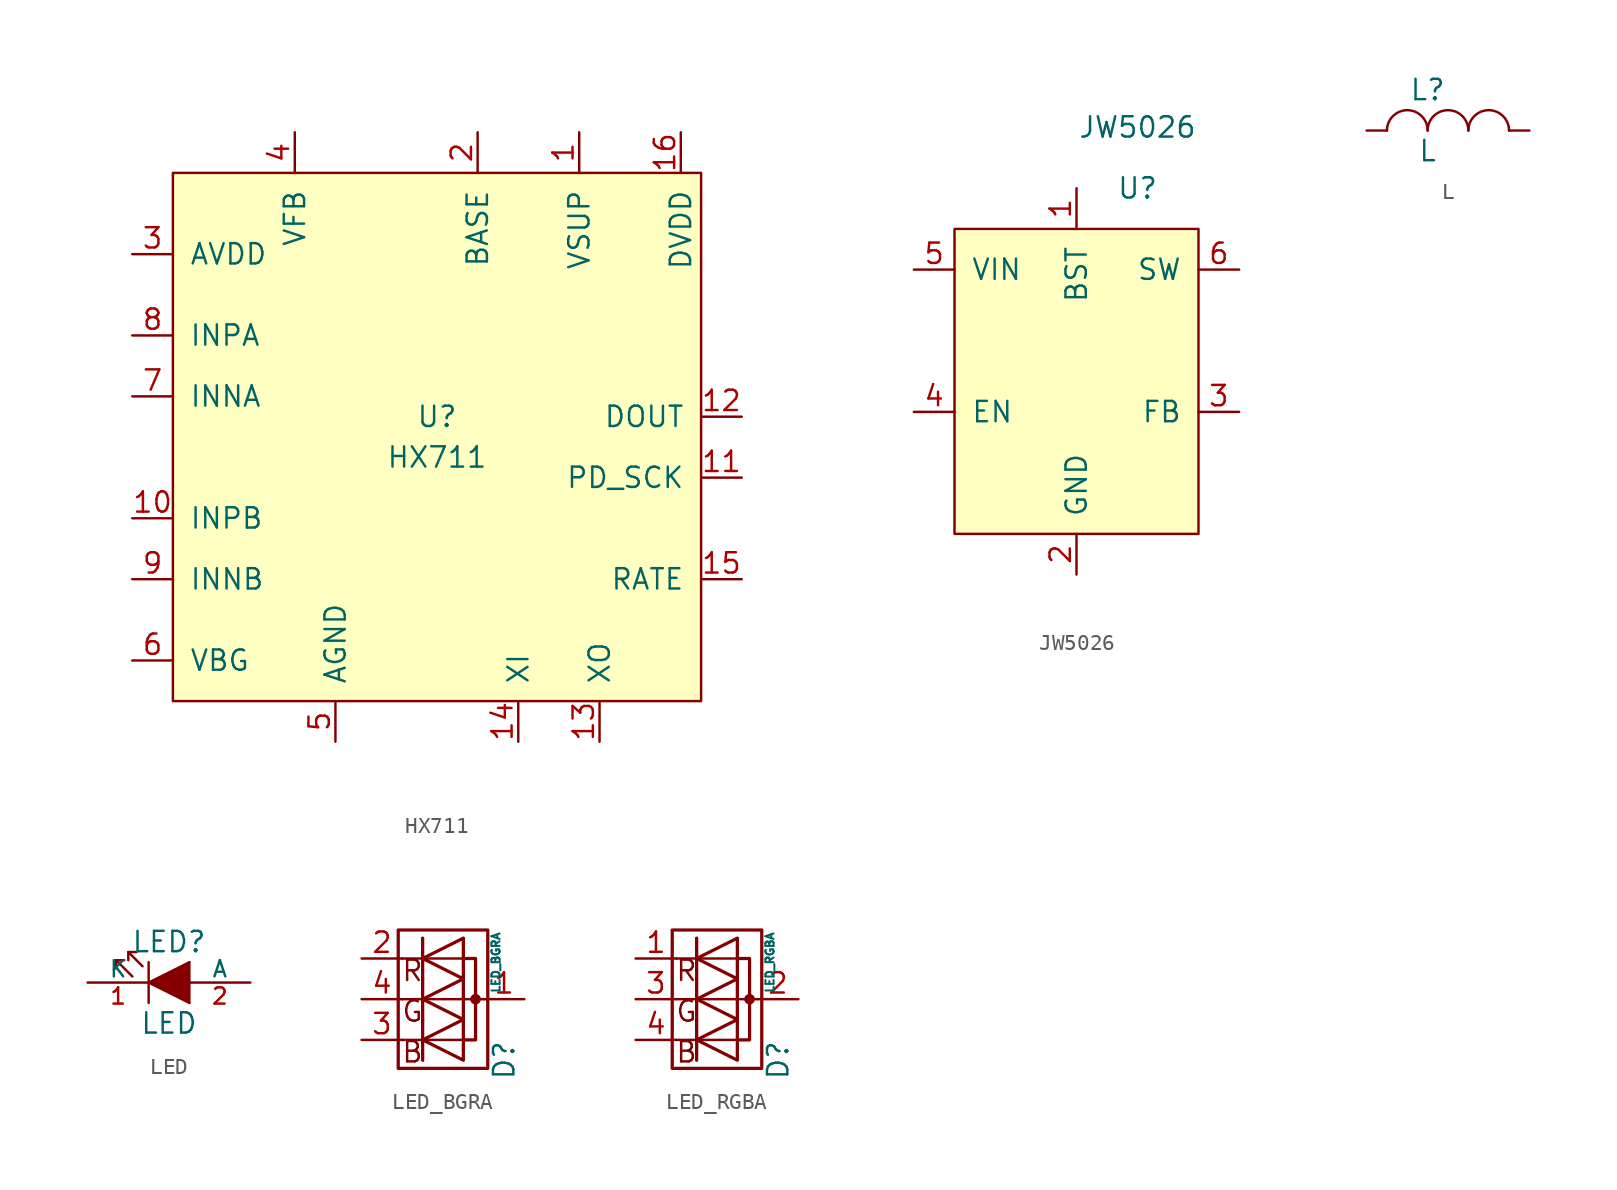
<source format=kicad_sym>
(kicad_symbol_lib
  (version 20211014)
  (generator kicad_symbol_editor)
  (symbol "HX711"
    (pin_names
      (offset 1.016))
    (property "Reference" "U"
      (at 0 1.27 0)
      (effects (font (size 1.27 1.27))))
    (property "Value" "HX711"
      (at 0 -1.27 0)
      (effects (font (size 1.27 1.27))))
    (symbol "HX711_0_1"
      (rectangle (start -16.51 16.51) (end 16.51 -16.51) (stroke (width 0) (type default) (color 0 0 0 0)) (fill (type background))))
    (symbol "HX711_1_1"
      (pin input line (at 8.89 19.05 270) (length 2.54) (name "VSUP" (effects (font (size 1.27 1.27)))) (number "1" (effects (font (size 1.27 1.27)))))
      (pin input line (at -19.05 -5.08 0) (length 2.54) (name "INPB" (effects (font (size 1.27 1.27)))) (number "10" (effects (font (size 1.27 1.27)))))
      (pin input line (at 19.05 -2.54 180) (length 2.54) (name "PD_SCK" (effects (font (size 1.27 1.27)))) (number "11" (effects (font (size 1.27 1.27)))))
      (pin input line (at 19.05 1.27 180) (length 2.54) (name "DOUT" (effects (font (size 1.27 1.27)))) (number "12" (effects (font (size 1.27 1.27)))))
      (pin input line (at 10.16 -19.05 90) (length 2.54) (name "XO" (effects (font (size 1.27 1.27)))) (number "13" (effects (font (size 1.27 1.27)))))
      (pin input line (at 5.08 -19.05 90) (length 2.54) (name "XI" (effects (font (size 1.27 1.27)))) (number "14" (effects (font (size 1.27 1.27)))))
      (pin input line (at 19.05 -8.89 180) (length 2.54) (name "RATE" (effects (font (size 1.27 1.27)))) (number "15" (effects (font (size 1.27 1.27)))))
      (pin input line (at 15.24 19.05 270) (length 2.54) (name "DVDD" (effects (font (size 1.27 1.27)))) (number "16" (effects (font (size 1.27 1.27)))))
      (pin input line (at 2.54 19.05 270) (length 2.54) (name "BASE" (effects (font (size 1.27 1.27)))) (number "2" (effects (font (size 1.27 1.27)))))
      (pin input line (at -19.05 11.43 0) (length 2.54) (name "AVDD" (effects (font (size 1.27 1.27)))) (number "3" (effects (font (size 1.27 1.27)))))
      (pin input line (at -8.89 19.05 270) (length 2.54) (name "VFB" (effects (font (size 1.27 1.27)))) (number "4" (effects (font (size 1.27 1.27)))))
      (pin input line (at -6.35 -19.05 90) (length 2.54) (name "AGND" (effects (font (size 1.27 1.27)))) (number "5" (effects (font (size 1.27 1.27)))))
      (pin input line (at -19.05 -13.97 0) (length 2.54) (name "VBG" (effects (font (size 1.27 1.27)))) (number "6" (effects (font (size 1.27 1.27)))))
      (pin input line (at -19.05 2.54 0) (length 2.54) (name "INNA" (effects (font (size 1.27 1.27)))) (number "7" (effects (font (size 1.27 1.27)))))
      (pin input line (at -19.05 6.35 0) (length 2.54) (name "INPA" (effects (font (size 1.27 1.27)))) (number "8" (effects (font (size 1.27 1.27)))))
      (pin input line (at -19.05 -8.89 0) (length 2.54) (name "INNB" (effects (font (size 1.27 1.27)))) (number "9" (effects (font (size 1.27 1.27)))))))
  (symbol "JW5026"
    (pin_names
      (offset 1.016))
    (property "Reference" "U"
      (at 3.81 11.43 0)
      (effects (font (size 1.27 1.27))))
    (property "Value" "JW5026"
      (at 3.81 15.24 0)
      (effects (font (size 1.27 1.27))))
    (symbol "JW5026_0_1"
      (rectangle (start -7.62 8.89) (end 7.62 -10.16) (stroke (width 0) (type default) (color 0 0 0 0)) (fill (type background))))
    (symbol "JW5026_1_1"
      (pin input line (at 0 11.43 270) (length 2.54) (name "BST" (effects (font (size 1.27 1.27)))) (number "1" (effects (font (size 1.27 1.27)))))
      (pin input line (at 0 -12.7 90) (length 2.54) (name "GND" (effects (font (size 1.27 1.27)))) (number "2" (effects (font (size 1.27 1.27)))))
      (pin input line (at 10.16 -2.54 180) (length 2.54) (name "FB" (effects (font (size 1.27 1.27)))) (number "3" (effects (font (size 1.27 1.27)))))
      (pin input line (at -10.16 -2.54 0) (length 2.54) (name "EN" (effects (font (size 1.27 1.27)))) (number "4" (effects (font (size 1.27 1.27)))))
      (pin input line (at -10.16 6.35 0) (length 2.54) (name "VIN" (effects (font (size 1.27 1.27)))) (number "5" (effects (font (size 1.27 1.27)))))
      (pin input line (at 10.16 6.35 180) (length 2.54) (name "SW" (effects (font (size 1.27 1.27)))) (number "6" (effects (font (size 1.27 1.27)))))))
  (symbol "L"
    (pin_numbers hide)
    (pin_names
      (offset 0) hide)
    (property "Reference" "L"
      (at -1.27 2.54 0)
      (effects (font (size 1.27 1.27))))
    (property "Value" "L"
      (at -1.27 -1.27 0)
      (effects (font (size 1.27 1.27))))
    (property "Footprint" ""
      (at -1.27 0 0)
      (effects (font (size 1.524 1.524))))
    (property "Datasheet" ""
      (at -1.27 0 0)
      (effects (font (size 1.524 1.524))))
    (symbol "L_0_1"
      (arc (start -1.27 0) (mid -2.54 1.27) (end -3.81 0) (stroke (width 0) (type default) (color 0 0 0 0)) (fill (type none)))
      (arc (start 1.27 0) (mid 0 1.27) (end -1.27 0) (stroke (width 0) (type default) (color 0 0 0 0)) (fill (type none)))
      (arc (start 3.81 0) (mid 2.54 1.27) (end 1.27 0) (stroke (width 0) (type default) (color 0 0 0 0)) (fill (type none))))
    (symbol "L_1_1"
      (pin passive line (at -5.08 0 0) (length 1.27) (name "1" (effects (font (size 0.762 0.762)))) (number "1" (effects (font (size 0.762 0.762)))))
      (pin passive line (at 5.08 0 180) (length 1.27) (name "2" (effects (font (size 0.762 0.762)))) (number "2" (effects (font (size 0.762 0.762)))))))
  (symbol "LED"
    (pin_names
      (offset 0))
    (property "Reference" "LED"
      (at 0 2.54 0)
      (effects (font (size 1.27 1.27))))
    (property "Value" "LED"
      (at 0 -2.54 0)
      (effects (font (size 1.27 1.27))))
    (property "Footprint" ""
      (at 0 0 0)
      (effects (font (size 1.524 1.524))))
    (property "Datasheet" ""
      (at 0 0 0)
      (effects (font (size 1.524 1.524))))
    (symbol "LED_0_1"
      (polyline (pts (xy -3.302 1.397) (xy -3.302 0.889)) (stroke (width 0) (type default) (color 0 0 0 0)) (fill (type none)))
      (polyline (pts (xy -2.54 1.905) (xy -2.032 1.905)) (stroke (width 0) (type default) (color 0 0 0 0)) (fill (type none)))
      (polyline (pts (xy -1.27 -1.27) (xy -1.27 1.27)) (stroke (width 0) (type default) (color 0 0 0 0)) (fill (type none)))
      (polyline (pts (xy -2.286 0.381) (xy -3.302 1.397) (xy -2.794 1.397)) (stroke (width 0) (type default) (color 0 0 0 0)) (fill (type none)))
      (polyline (pts (xy -1.651 1.016) (xy -2.54 1.905) (xy -2.54 1.397)) (stroke (width 0) (type default) (color 0 0 0 0)) (fill (type none)))
      (polyline (pts (xy 1.27 -1.27) (xy -1.27 0) (xy 1.27 1.27)) (stroke (width 0) (type default) (color 0 0 0 0)) (fill (type outline)))
      (rectangle (start 1.27 1.27) (end 1.27 -1.27) (stroke (width 0) (type default) (color 0 0 0 0)) (fill (type none))))
    (symbol "LED_1_1"
      (pin passive line (at -5.08 0 0) (length 3.81) (name "K" (effects (font (size 1.016 1.016)))) (number "1" (effects (font (size 1.016 1.016)))))
      (pin passive line (at 5.08 0 180) (length 3.81) (name "A" (effects (font (size 1.016 1.016)))) (number "2" (effects (font (size 1.016 1.016)))))))
  (symbol "LED_BGRA"
    (pin_names
      (offset 0) hide)
    (property "Reference" "D"
      (at 3.81 -3.81 90)
      (effects (font (size 1.27 1.27))))
    (property "Value" "LED_BGRA"
      (at 3.302 2.286 90)
      (effects (font (size 0.508 0.508))))
    (symbol "LED_BGRA_0_0"
      (text "B" (at -1.905 -3.302 0) (effects (font (size 1.27 1.27))))
      (text "G" (at -1.905 -0.762 0) (effects (font (size 1.27 1.27))))
      (text "R" (at -1.905 1.778 0) (effects (font (size 1.27 1.27)))))
    (symbol "LED_BGRA_0_1"
      (rectangle (start -2.794 4.318) (end 2.794 -4.318) (stroke (width 0.203) (type default) (color 0 0 0 0)) (fill (type none)))
      (polyline (pts (xy -1.27 -2.54) (xy -2.54 -2.54)) (stroke (width 0) (type default) (color 0 0 0 0)) (fill (type none)))
      (polyline (pts (xy -1.27 -2.54) (xy 1.27 -2.54)) (stroke (width 0) (type default) (color 0 0 0 0)) (fill (type none)))
      (polyline (pts (xy -1.27 -1.27) (xy -1.27 -3.81)) (stroke (width 0) (type default) (color 0 0 0 0)) (fill (type none)))
      (polyline (pts (xy -1.27 -1.27) (xy -1.27 -3.81)) (stroke (width 0.203) (type default) (color 0 0 0 0)) (fill (type none)))
      (polyline (pts (xy -1.27 0) (xy -2.54 0)) (stroke (width 0) (type default) (color 0 0 0 0)) (fill (type none)))
      (polyline (pts (xy -1.27 0) (xy 1.27 0)) (stroke (width 0) (type default) (color 0 0 0 0)) (fill (type none)))
      (polyline (pts (xy -1.27 1.27) (xy -1.27 -1.27)) (stroke (width 0.203) (type default) (color 0 0 0 0)) (fill (type none)))
      (polyline (pts (xy -1.27 2.54) (xy -2.54 2.54)) (stroke (width 0) (type default) (color 0 0 0 0)) (fill (type none)))
      (polyline (pts (xy -1.27 3.81) (xy -1.27 1.27)) (stroke (width 0.203) (type default) (color 0 0 0 0)) (fill (type none)))
      (polyline (pts (xy 1.27 0) (xy 2.54 0)) (stroke (width 0) (type default) (color 0 0 0 0)) (fill (type none)))
      (polyline (pts (xy 1.27 2.54) (xy -1.27 2.54)) (stroke (width 0) (type default) (color 0 0 0 0)) (fill (type none)))
      (polyline (pts (xy -1.27 1.27) (xy -1.27 -1.27) (xy -1.27 -1.27)) (stroke (width 0) (type default) (color 0 0 0 0)) (fill (type none)))
      (polyline (pts (xy -1.27 3.81) (xy -1.27 1.27) (xy -1.27 1.27)) (stroke (width 0) (type default) (color 0 0 0 0)) (fill (type none)))
      (polyline (pts (xy 2.032 0) (xy 2.032 -2.54) (xy 1.27 -2.54)) (stroke (width 0.203) (type default) (color 0 0 0 0)) (fill (type none)))
      (polyline (pts (xy 2.032 0) (xy 2.032 2.54) (xy 1.27 2.54)) (stroke (width 0.203) (type default) (color 0 0 0 0)) (fill (type none)))
      (polyline (pts (xy 1.27 -1.27) (xy 1.27 -3.81) (xy -1.27 -2.54) (xy 1.27 -1.27)) (stroke (width 0.203) (type default) (color 0 0 0 0)) (fill (type none)))
      (polyline (pts (xy 1.27 1.27) (xy 1.27 -1.27) (xy -1.27 0) (xy 1.27 1.27)) (stroke (width 0.203) (type default) (color 0 0 0 0)) (fill (type none)))
      (polyline (pts (xy 1.27 3.81) (xy 1.27 1.27) (xy -1.27 2.54) (xy 1.27 3.81)) (stroke (width 0.203) (type default) (color 0 0 0 0)) (fill (type none)))
      (rectangle (start 1.27 -1.27) (end 1.27 1.27) (stroke (width 0) (type default) (color 0 0 0 0)) (fill (type none)))
      (rectangle (start 1.27 1.27) (end 1.27 1.27) (stroke (width 0) (type default) (color 0 0 0 0)) (fill (type none)))
      (rectangle (start 1.27 1.27) (end 1.27 3.81) (stroke (width 0) (type default) (color 0 0 0 0)) (fill (type none)))
      (rectangle (start 1.27 3.81) (end 1.27 3.81) (stroke (width 0) (type default) (color 0 0 0 0)) (fill (type none)))
      (circle (center 2.032 0) (radius 0.254) (stroke (width 0) (type default) (color 0 0 0 0)) (fill (type outline))))
    (symbol "LED_BGRA_1_1"
      (pin passive line (at 5.08 0 180) (length 2.54) (name "A" (effects (font (size 1.27 1.27)))) (number "1" (effects (font (size 1.27 1.27)))))
      (pin passive line (at -5.08 2.54 0) (length 2.54) (name "BK" (effects (font (size 1.27 1.27)))) (number "2" (effects (font (size 1.27 1.27)))))
      (pin passive line (at -5.08 -2.54 0) (length 2.54) (name "RK" (effects (font (size 1.27 1.27)))) (number "3" (effects (font (size 1.27 1.27)))))
      (pin passive line (at -5.08 0 0) (length 2.54) (name "GK" (effects (font (size 1.27 1.27)))) (number "4" (effects (font (size 1.27 1.27)))))))
  (symbol "LED_RGBA"
    (pin_names
      (offset 0) hide)
    (property "Reference" "D"
      (at 3.81 -3.81 90)
      (effects (font (size 1.27 1.27))))
    (property "Value" "LED_RGBA"
      (at 3.302 2.286 90)
      (effects (font (size 0.508 0.508))))
    (symbol "LED_RGBA_0_0"
      (text "B" (at -1.905 -3.302 0) (effects (font (size 1.27 1.27))))
      (text "G" (at -1.905 -0.762 0) (effects (font (size 1.27 1.27))))
      (text "R" (at -1.905 1.778 0) (effects (font (size 1.27 1.27)))))
    (symbol "LED_RGBA_0_1"
      (rectangle (start -2.794 4.318) (end 2.794 -4.318) (stroke (width 0.203) (type default) (color 0 0 0 0)) (fill (type none)))
      (polyline (pts (xy -1.27 -2.54) (xy -2.54 -2.54)) (stroke (width 0) (type default) (color 0 0 0 0)) (fill (type none)))
      (polyline (pts (xy -1.27 -2.54) (xy 1.27 -2.54)) (stroke (width 0) (type default) (color 0 0 0 0)) (fill (type none)))
      (polyline (pts (xy -1.27 -1.27) (xy -1.27 -3.81)) (stroke (width 0) (type default) (color 0 0 0 0)) (fill (type none)))
      (polyline (pts (xy -1.27 -1.27) (xy -1.27 -3.81)) (stroke (width 0.203) (type default) (color 0 0 0 0)) (fill (type none)))
      (polyline (pts (xy -1.27 0) (xy -2.54 0)) (stroke (width 0) (type default) (color 0 0 0 0)) (fill (type none)))
      (polyline (pts (xy -1.27 0) (xy 1.27 0)) (stroke (width 0) (type default) (color 0 0 0 0)) (fill (type none)))
      (polyline (pts (xy -1.27 1.27) (xy -1.27 -1.27)) (stroke (width 0.203) (type default) (color 0 0 0 0)) (fill (type none)))
      (polyline (pts (xy -1.27 2.54) (xy -2.54 2.54)) (stroke (width 0) (type default) (color 0 0 0 0)) (fill (type none)))
      (polyline (pts (xy -1.27 3.81) (xy -1.27 1.27)) (stroke (width 0.203) (type default) (color 0 0 0 0)) (fill (type none)))
      (polyline (pts (xy 1.27 0) (xy 2.54 0)) (stroke (width 0) (type default) (color 0 0 0 0)) (fill (type none)))
      (polyline (pts (xy 1.27 2.54) (xy -1.27 2.54)) (stroke (width 0) (type default) (color 0 0 0 0)) (fill (type none)))
      (polyline (pts (xy -1.27 1.27) (xy -1.27 -1.27) (xy -1.27 -1.27)) (stroke (width 0) (type default) (color 0 0 0 0)) (fill (type none)))
      (polyline (pts (xy -1.27 3.81) (xy -1.27 1.27) (xy -1.27 1.27)) (stroke (width 0) (type default) (color 0 0 0 0)) (fill (type none)))
      (polyline (pts (xy 2.032 0) (xy 2.032 -2.54) (xy 1.27 -2.54)) (stroke (width 0.203) (type default) (color 0 0 0 0)) (fill (type none)))
      (polyline (pts (xy 2.032 0) (xy 2.032 2.54) (xy 1.27 2.54)) (stroke (width 0.203) (type default) (color 0 0 0 0)) (fill (type none)))
      (polyline (pts (xy 1.27 -1.27) (xy 1.27 -3.81) (xy -1.27 -2.54) (xy 1.27 -1.27)) (stroke (width 0.203) (type default) (color 0 0 0 0)) (fill (type none)))
      (polyline (pts (xy 1.27 1.27) (xy 1.27 -1.27) (xy -1.27 0) (xy 1.27 1.27)) (stroke (width 0.203) (type default) (color 0 0 0 0)) (fill (type none)))
      (polyline (pts (xy 1.27 3.81) (xy 1.27 1.27) (xy -1.27 2.54) (xy 1.27 3.81)) (stroke (width 0.203) (type default) (color 0 0 0 0)) (fill (type none)))
      (rectangle (start 1.27 -1.27) (end 1.27 1.27) (stroke (width 0) (type default) (color 0 0 0 0)) (fill (type none)))
      (rectangle (start 1.27 1.27) (end 1.27 1.27) (stroke (width 0) (type default) (color 0 0 0 0)) (fill (type none)))
      (rectangle (start 1.27 1.27) (end 1.27 3.81) (stroke (width 0) (type default) (color 0 0 0 0)) (fill (type none)))
      (rectangle (start 1.27 3.81) (end 1.27 3.81) (stroke (width 0) (type default) (color 0 0 0 0)) (fill (type none)))
      (circle (center 2.032 0) (radius 0.254) (stroke (width 0) (type default) (color 0 0 0 0)) (fill (type outline))))
    (symbol "LED_RGBA_1_1"
      (pin passive line (at -5.08 2.54 0) (length 2.54) (name "RK" (effects (font (size 1.27 1.27)))) (number "1" (effects (font (size 1.27 1.27)))))
      (pin passive line (at 5.08 0 180) (length 2.54) (name "A" (effects (font (size 1.27 1.27)))) (number "2" (effects (font (size 1.27 1.27)))))
      (pin passive line (at -5.08 0 0) (length 2.54) (name "GK" (effects (font (size 1.27 1.27)))) (number "3" (effects (font (size 1.27 1.27)))))
      (pin passive line (at -5.08 -2.54 0) (length 2.54) (name "BK" (effects (font (size 1.27 1.27)))) (number "4" (effects (font (size 1.27 1.27))))))))
</source>
